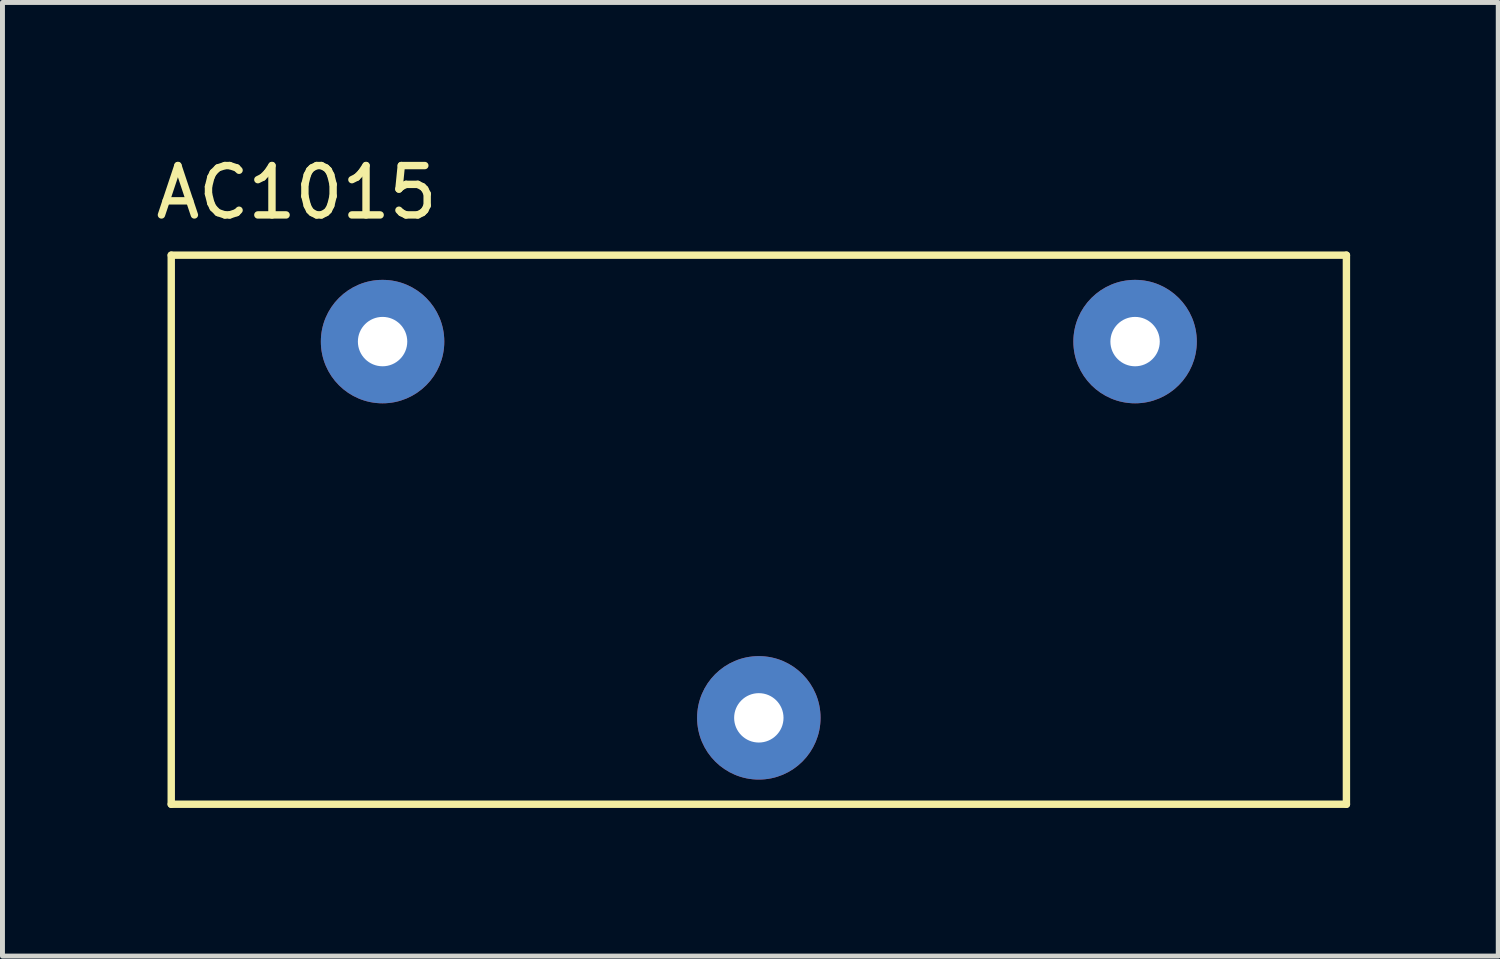
<source format=kicad_pcb>
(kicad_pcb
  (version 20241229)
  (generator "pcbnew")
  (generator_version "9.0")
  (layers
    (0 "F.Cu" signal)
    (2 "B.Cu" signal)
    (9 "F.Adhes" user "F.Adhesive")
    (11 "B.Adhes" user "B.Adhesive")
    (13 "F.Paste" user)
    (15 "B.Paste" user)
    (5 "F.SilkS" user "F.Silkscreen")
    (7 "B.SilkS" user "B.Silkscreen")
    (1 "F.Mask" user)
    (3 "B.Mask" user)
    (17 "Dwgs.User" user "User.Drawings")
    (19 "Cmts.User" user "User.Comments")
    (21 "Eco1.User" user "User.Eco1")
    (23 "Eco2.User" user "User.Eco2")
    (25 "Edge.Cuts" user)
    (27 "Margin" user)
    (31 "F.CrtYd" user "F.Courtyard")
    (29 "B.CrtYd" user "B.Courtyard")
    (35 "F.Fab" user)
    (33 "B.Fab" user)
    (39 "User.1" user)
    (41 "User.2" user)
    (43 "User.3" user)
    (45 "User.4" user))
  (footprint "AC1015"
    (layer "F.Cu")
    (at 0.418 2.118)
    (property "Reference" "AC1015" (at 2.54 -1.27 0) (layer "F.SilkS") (effects (font (size 1 1) (thickness 0.15))))
    (attr through_hole)
    (fp_line (start 0 0) (end 0 11.12) (stroke (width 0.15) (type solid)) (layer "F.SilkS"))
    (fp_line (start 0 0) (end 23.8 0) (stroke (width 0.15) (type solid)) (layer "F.SilkS"))
    (fp_line (start 0 11.12) (end 23.8 11.12) (stroke (width 0.15) (type solid)) (layer "F.SilkS"))
    (fp_line (start 23.8 0) (end 23.8 11.12) (stroke (width 0.15) (type solid)) (layer "F.SilkS"))
    (pad "1" thru_hole circle (at 4.28 1.75) (size 2.5 2.5) (drill 1) (layers "*.Cu" "*.Mask"))
    (pad "2" thru_hole circle (at 19.52 1.75) (size 2.5 2.5) (drill 1) (layers "*.Cu" "*.Mask"))
    (pad "3" thru_hole circle (at 11.9 9.37) (size 2.5 2.5) (drill 1) (layers "*.Cu" "*.Mask")))
  (gr_rect
    (start -3 -3)
    (end 27.293 16.313)
    (stroke (width 0.1) (type default))
    (fill no)
    (layer "Edge.Cuts")))
</source>
